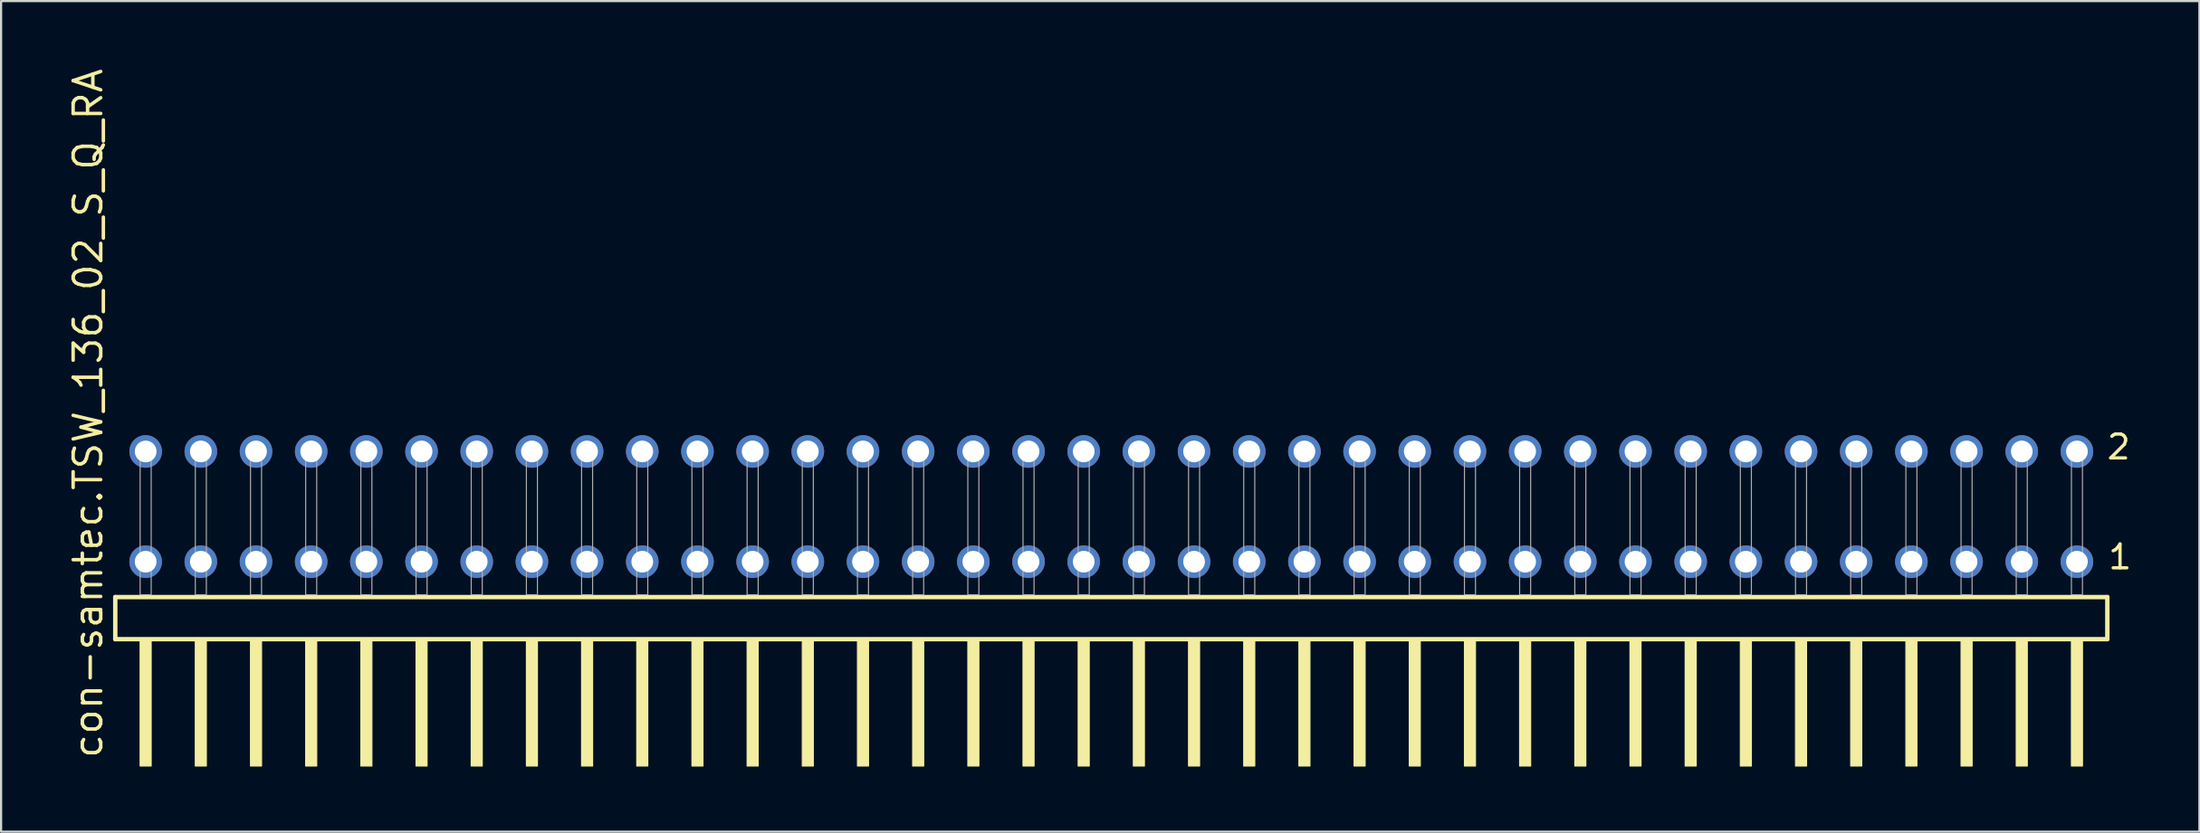
<source format=kicad_pcb>
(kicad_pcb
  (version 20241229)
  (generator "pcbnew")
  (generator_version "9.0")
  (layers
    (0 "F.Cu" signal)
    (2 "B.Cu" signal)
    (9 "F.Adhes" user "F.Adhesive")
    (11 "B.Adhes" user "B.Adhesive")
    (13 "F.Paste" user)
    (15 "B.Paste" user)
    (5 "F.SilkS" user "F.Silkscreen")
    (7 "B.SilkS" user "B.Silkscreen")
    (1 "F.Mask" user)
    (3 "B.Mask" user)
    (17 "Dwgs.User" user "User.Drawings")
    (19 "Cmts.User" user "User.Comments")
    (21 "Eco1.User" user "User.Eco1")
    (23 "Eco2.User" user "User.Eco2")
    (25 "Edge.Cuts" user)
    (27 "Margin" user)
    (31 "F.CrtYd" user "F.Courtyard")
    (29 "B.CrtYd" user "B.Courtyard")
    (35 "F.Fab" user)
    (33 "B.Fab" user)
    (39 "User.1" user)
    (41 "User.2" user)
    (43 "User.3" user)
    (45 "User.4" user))
  (footprint "con-samtec.TSW_136_02_S_Q_RA"
    (layer "F.Cu")
    (at 48.105 24.356)
    (property "Reference" "con-samtec.TSW_136_02_S_Q_RA" (at -46.355 7.62 90) (layer "F.SilkS") (effects (font (size 1.27 1.27) (thickness 0.16)) (justify left bottom)))
    (attr through_hole)
    (fp_line (start -45.849 0.106) (end -45.849 2.046) (stroke (width 0.203) (type default)) (layer "F.SilkS"))
    (fp_line (start -45.849 2.046) (end 45.849 2.046) (stroke (width 0.203) (type default)) (layer "F.SilkS"))
    (fp_line (start 45.849 0.106) (end -45.849 0.106) (stroke (width 0.203) (type default)) (layer "F.SilkS"))
    (fp_line (start 45.849 2.046) (end 45.849 0.106) (stroke (width 0.203) (type default)) (layer "F.SilkS"))
    (fp_rect (start -44.704 7.89) (end -44.196 2.04) (stroke (width 0.05) (type default)) (fill yes) (layer "F.SilkS"))
    (fp_rect (start -42.164 7.89) (end -41.656 2.04) (stroke (width 0.05) (type default)) (fill yes) (layer "F.SilkS"))
    (fp_rect (start -39.624 7.89) (end -39.116 2.04) (stroke (width 0.05) (type default)) (fill yes) (layer "F.SilkS"))
    (fp_rect (start -37.084 7.89) (end -36.576 2.04) (stroke (width 0.05) (type default)) (fill yes) (layer "F.SilkS"))
    (fp_rect (start -34.544 7.89) (end -34.036 2.04) (stroke (width 0.05) (type default)) (fill yes) (layer "F.SilkS"))
    (fp_rect (start -32.004 7.89) (end -31.496 2.04) (stroke (width 0.05) (type default)) (fill yes) (layer "F.SilkS"))
    (fp_rect (start -29.464 7.89) (end -28.956 2.04) (stroke (width 0.05) (type default)) (fill yes) (layer "F.SilkS"))
    (fp_rect (start -26.924 7.89) (end -26.416 2.04) (stroke (width 0.05) (type default)) (fill yes) (layer "F.SilkS"))
    (fp_rect (start -24.384 7.89) (end -23.876 2.04) (stroke (width 0.05) (type default)) (fill yes) (layer "F.SilkS"))
    (fp_rect (start -21.844 7.89) (end -21.336 2.04) (stroke (width 0.05) (type default)) (fill yes) (layer "F.SilkS"))
    (fp_rect (start -19.304 7.89) (end -18.796 2.04) (stroke (width 0.05) (type default)) (fill yes) (layer "F.SilkS"))
    (fp_rect (start -16.764 7.89) (end -16.256 2.04) (stroke (width 0.05) (type default)) (fill yes) (layer "F.SilkS"))
    (fp_rect (start -14.224 7.89) (end -13.716 2.04) (stroke (width 0.05) (type default)) (fill yes) (layer "F.SilkS"))
    (fp_rect (start -11.684 7.89) (end -11.176 2.04) (stroke (width 0.05) (type default)) (fill yes) (layer "F.SilkS"))
    (fp_rect (start -9.144 7.89) (end -8.636 2.04) (stroke (width 0.05) (type default)) (fill yes) (layer "F.SilkS"))
    (fp_rect (start -6.604 7.89) (end -6.096 2.04) (stroke (width 0.05) (type default)) (fill yes) (layer "F.SilkS"))
    (fp_rect (start -4.064 7.89) (end -3.556 2.04) (stroke (width 0.05) (type default)) (fill yes) (layer "F.SilkS"))
    (fp_rect (start -1.524 7.89) (end -1.016 2.04) (stroke (width 0.05) (type default)) (fill yes) (layer "F.SilkS"))
    (fp_rect (start 1.016 7.89) (end 1.524 2.04) (stroke (width 0.05) (type default)) (fill yes) (layer "F.SilkS"))
    (fp_rect (start 3.556 7.89) (end 4.064 2.04) (stroke (width 0.05) (type default)) (fill yes) (layer "F.SilkS"))
    (fp_rect (start 6.096 7.89) (end 6.604 2.04) (stroke (width 0.05) (type default)) (fill yes) (layer "F.SilkS"))
    (fp_rect (start 8.636 7.89) (end 9.144 2.04) (stroke (width 0.05) (type default)) (fill yes) (layer "F.SilkS"))
    (fp_rect (start 11.176 7.89) (end 11.684 2.04) (stroke (width 0.05) (type default)) (fill yes) (layer "F.SilkS"))
    (fp_rect (start 13.716 7.89) (end 14.224 2.04) (stroke (width 0.05) (type default)) (fill yes) (layer "F.SilkS"))
    (fp_rect (start 16.256 7.89) (end 16.764 2.04) (stroke (width 0.05) (type default)) (fill yes) (layer "F.SilkS"))
    (fp_rect (start 18.796 7.89) (end 19.304 2.04) (stroke (width 0.05) (type default)) (fill yes) (layer "F.SilkS"))
    (fp_rect (start 21.336 7.89) (end 21.844 2.04) (stroke (width 0.05) (type default)) (fill yes) (layer "F.SilkS"))
    (fp_rect (start 23.876 7.89) (end 24.384 2.04) (stroke (width 0.05) (type default)) (fill yes) (layer "F.SilkS"))
    (fp_rect (start 26.416 7.89) (end 26.924 2.04) (stroke (width 0.05) (type default)) (fill yes) (layer "F.SilkS"))
    (fp_rect (start 28.956 7.89) (end 29.464 2.04) (stroke (width 0.05) (type default)) (fill yes) (layer "F.SilkS"))
    (fp_rect (start 31.496 7.89) (end 32.004 2.04) (stroke (width 0.05) (type default)) (fill yes) (layer "F.SilkS"))
    (fp_rect (start 34.036 7.89) (end 34.544 2.04) (stroke (width 0.05) (type default)) (fill yes) (layer "F.SilkS"))
    (fp_rect (start 36.576 7.89) (end 37.084 2.04) (stroke (width 0.05) (type default)) (fill yes) (layer "F.SilkS"))
    (fp_rect (start 39.116 7.89) (end 39.624 2.04) (stroke (width 0.05) (type default)) (fill yes) (layer "F.SilkS"))
    (fp_rect (start 41.656 7.89) (end 42.164 2.04) (stroke (width 0.05) (type default)) (fill yes) (layer "F.SilkS"))
    (fp_rect (start 44.196 7.89) (end 44.704 2.04) (stroke (width 0.05) (type default)) (fill yes) (layer "F.SilkS"))
    (fp_rect (start -44.704 0) (end -44.196 -6.858) (stroke (width 0.05) (type default)) (fill no) (layer "F.Fab"))
    (fp_rect (start -42.164 0) (end -41.656 -6.858) (stroke (width 0.05) (type default)) (fill no) (layer "F.Fab"))
    (fp_rect (start -39.624 0) (end -39.116 -6.858) (stroke (width 0.05) (type default)) (fill no) (layer "F.Fab"))
    (fp_rect (start -37.084 0) (end -36.576 -6.858) (stroke (width 0.05) (type default)) (fill no) (layer "F.Fab"))
    (fp_rect (start -34.544 0) (end -34.036 -6.858) (stroke (width 0.05) (type default)) (fill no) (layer "F.Fab"))
    (fp_rect (start -32.004 0) (end -31.496 -6.858) (stroke (width 0.05) (type default)) (fill no) (layer "F.Fab"))
    (fp_rect (start -29.464 0) (end -28.956 -6.858) (stroke (width 0.05) (type default)) (fill no) (layer "F.Fab"))
    (fp_rect (start -26.924 0) (end -26.416 -6.858) (stroke (width 0.05) (type default)) (fill no) (layer "F.Fab"))
    (fp_rect (start -24.384 0) (end -23.876 -6.858) (stroke (width 0.05) (type default)) (fill no) (layer "F.Fab"))
    (fp_rect (start -21.844 0) (end -21.336 -6.858) (stroke (width 0.05) (type default)) (fill no) (layer "F.Fab"))
    (fp_rect (start -19.304 0) (end -18.796 -6.858) (stroke (width 0.05) (type default)) (fill no) (layer "F.Fab"))
    (fp_rect (start -16.764 0) (end -16.256 -6.858) (stroke (width 0.05) (type default)) (fill no) (layer "F.Fab"))
    (fp_rect (start -14.224 0) (end -13.716 -6.858) (stroke (width 0.05) (type default)) (fill no) (layer "F.Fab"))
    (fp_rect (start -11.684 0) (end -11.176 -6.858) (stroke (width 0.05) (type default)) (fill no) (layer "F.Fab"))
    (fp_rect (start -9.144 0) (end -8.636 -6.858) (stroke (width 0.05) (type default)) (fill no) (layer "F.Fab"))
    (fp_rect (start -6.604 0) (end -6.096 -6.858) (stroke (width 0.05) (type default)) (fill no) (layer "F.Fab"))
    (fp_rect (start -4.064 0) (end -3.556 -6.858) (stroke (width 0.05) (type default)) (fill no) (layer "F.Fab"))
    (fp_rect (start -1.524 0) (end -1.016 -6.858) (stroke (width 0.05) (type default)) (fill no) (layer "F.Fab"))
    (fp_rect (start 1.016 0) (end 1.524 -6.858) (stroke (width 0.05) (type default)) (fill no) (layer "F.Fab"))
    (fp_rect (start 3.556 0) (end 4.064 -6.858) (stroke (width 0.05) (type default)) (fill no) (layer "F.Fab"))
    (fp_rect (start 6.096 0) (end 6.604 -6.858) (stroke (width 0.05) (type default)) (fill no) (layer "F.Fab"))
    (fp_rect (start 8.636 0) (end 9.144 -6.858) (stroke (width 0.05) (type default)) (fill no) (layer "F.Fab"))
    (fp_rect (start 11.176 0) (end 11.684 -6.858) (stroke (width 0.05) (type default)) (fill no) (layer "F.Fab"))
    (fp_rect (start 13.716 0) (end 14.224 -6.858) (stroke (width 0.05) (type default)) (fill no) (layer "F.Fab"))
    (fp_rect (start 16.256 0) (end 16.764 -6.858) (stroke (width 0.05) (type default)) (fill no) (layer "F.Fab"))
    (fp_rect (start 18.796 0) (end 19.304 -6.858) (stroke (width 0.05) (type default)) (fill no) (layer "F.Fab"))
    (fp_rect (start 21.336 0) (end 21.844 -6.858) (stroke (width 0.05) (type default)) (fill no) (layer "F.Fab"))
    (fp_rect (start 23.876 0) (end 24.384 -6.858) (stroke (width 0.05) (type default)) (fill no) (layer "F.Fab"))
    (fp_rect (start 26.416 0) (end 26.924 -6.858) (stroke (width 0.05) (type default)) (fill no) (layer "F.Fab"))
    (fp_rect (start 28.956 0) (end 29.464 -6.858) (stroke (width 0.05) (type default)) (fill no) (layer "F.Fab"))
    (fp_rect (start 31.496 0) (end 32.004 -6.858) (stroke (width 0.05) (type default)) (fill no) (layer "F.Fab"))
    (fp_rect (start 34.036 0) (end 34.544 -6.858) (stroke (width 0.05) (type default)) (fill no) (layer "F.Fab"))
    (fp_rect (start 36.576 0) (end 37.084 -6.858) (stroke (width 0.05) (type default)) (fill no) (layer "F.Fab"))
    (fp_rect (start 39.116 0) (end 39.624 -6.858) (stroke (width 0.05) (type default)) (fill no) (layer "F.Fab"))
    (fp_rect (start 41.656 0) (end 42.164 -6.858) (stroke (width 0.05) (type default)) (fill no) (layer "F.Fab"))
    (fp_rect (start 44.196 0) (end 44.704 -6.858) (stroke (width 0.05) (type default)) (fill no) (layer "F.Fab"))
    (fp_text user "2" (at 45.75 -6.165 0) (layer "F.SilkS") (effects (font (size 1.1 1.1) (thickness 0.15)) (justify left bottom)))
    (fp_text user "1" (at 45.81 -1.1 0) (layer "F.SilkS") (effects (font (size 1.1 1.1) (thickness 0.15)) (justify left bottom)))
    (pad "1" thru_hole circle (at 44.45 -1.524 180) (size 1.5 1.5) (drill 1) (layers "*.Cu" "*.Mask"))
    (pad "2" thru_hole circle (at 44.45 -6.604 180) (size 1.5 1.5) (drill 1) (layers "*.Cu" "*.Mask"))
    (pad "3" thru_hole circle (at 41.91 -1.524 180) (size 1.5 1.5) (drill 1) (layers "*.Cu" "*.Mask"))
    (pad "4" thru_hole circle (at 41.91 -6.604 180) (size 1.5 1.5) (drill 1) (layers "*.Cu" "*.Mask"))
    (pad "5" thru_hole circle (at 39.37 -1.524 180) (size 1.5 1.5) (drill 1) (layers "*.Cu" "*.Mask"))
    (pad "6" thru_hole circle (at 39.37 -6.604 180) (size 1.5 1.5) (drill 1) (layers "*.Cu" "*.Mask"))
    (pad "7" thru_hole circle (at 36.83 -1.524 180) (size 1.5 1.5) (drill 1) (layers "*.Cu" "*.Mask"))
    (pad "8" thru_hole circle (at 36.83 -6.604 180) (size 1.5 1.5) (drill 1) (layers "*.Cu" "*.Mask"))
    (pad "9" thru_hole circle (at 34.29 -1.524 180) (size 1.5 1.5) (drill 1) (layers "*.Cu" "*.Mask"))
    (pad "10" thru_hole circle (at 34.29 -6.604 180) (size 1.5 1.5) (drill 1) (layers "*.Cu" "*.Mask"))
    (pad "11" thru_hole circle (at 31.75 -1.524 180) (size 1.5 1.5) (drill 1) (layers "*.Cu" "*.Mask"))
    (pad "12" thru_hole circle (at 31.75 -6.604 180) (size 1.5 1.5) (drill 1) (layers "*.Cu" "*.Mask"))
    (pad "13" thru_hole circle (at 29.21 -1.524 180) (size 1.5 1.5) (drill 1) (layers "*.Cu" "*.Mask"))
    (pad "14" thru_hole circle (at 29.21 -6.604 180) (size 1.5 1.5) (drill 1) (layers "*.Cu" "*.Mask"))
    (pad "15" thru_hole circle (at 26.67 -1.524 180) (size 1.5 1.5) (drill 1) (layers "*.Cu" "*.Mask"))
    (pad "16" thru_hole circle (at 26.67 -6.604 180) (size 1.5 1.5) (drill 1) (layers "*.Cu" "*.Mask"))
    (pad "17" thru_hole circle (at 24.13 -1.524 180) (size 1.5 1.5) (drill 1) (layers "*.Cu" "*.Mask"))
    (pad "18" thru_hole circle (at 24.13 -6.604 180) (size 1.5 1.5) (drill 1) (layers "*.Cu" "*.Mask"))
    (pad "19" thru_hole circle (at 21.59 -1.524 180) (size 1.5 1.5) (drill 1) (layers "*.Cu" "*.Mask"))
    (pad "20" thru_hole circle (at 21.59 -6.604 180) (size 1.5 1.5) (drill 1) (layers "*.Cu" "*.Mask"))
    (pad "21" thru_hole circle (at 19.05 -1.524 180) (size 1.5 1.5) (drill 1) (layers "*.Cu" "*.Mask"))
    (pad "22" thru_hole circle (at 19.05 -6.604 180) (size 1.5 1.5) (drill 1) (layers "*.Cu" "*.Mask"))
    (pad "23" thru_hole circle (at 16.51 -1.524 180) (size 1.5 1.5) (drill 1) (layers "*.Cu" "*.Mask"))
    (pad "24" thru_hole circle (at 16.51 -6.604 180) (size 1.5 1.5) (drill 1) (layers "*.Cu" "*.Mask"))
    (pad "25" thru_hole circle (at 13.97 -1.524 180) (size 1.5 1.5) (drill 1) (layers "*.Cu" "*.Mask"))
    (pad "26" thru_hole circle (at 13.97 -6.604 180) (size 1.5 1.5) (drill 1) (layers "*.Cu" "*.Mask"))
    (pad "27" thru_hole circle (at 11.43 -1.524 180) (size 1.5 1.5) (drill 1) (layers "*.Cu" "*.Mask"))
    (pad "28" thru_hole circle (at 11.43 -6.604 180) (size 1.5 1.5) (drill 1) (layers "*.Cu" "*.Mask"))
    (pad "29" thru_hole circle (at 8.89 -1.524 180) (size 1.5 1.5) (drill 1) (layers "*.Cu" "*.Mask"))
    (pad "30" thru_hole circle (at 8.89 -6.604 180) (size 1.5 1.5) (drill 1) (layers "*.Cu" "*.Mask"))
    (pad "31" thru_hole circle (at 6.35 -1.524 180) (size 1.5 1.5) (drill 1) (layers "*.Cu" "*.Mask"))
    (pad "32" thru_hole circle (at 6.35 -6.604 180) (size 1.5 1.5) (drill 1) (layers "*.Cu" "*.Mask"))
    (pad "33" thru_hole circle (at 3.81 -1.524 180) (size 1.5 1.5) (drill 1) (layers "*.Cu" "*.Mask"))
    (pad "34" thru_hole circle (at 3.81 -6.604 180) (size 1.5 1.5) (drill 1) (layers "*.Cu" "*.Mask"))
    (pad "35" thru_hole circle (at 1.27 -1.524 180) (size 1.5 1.5) (drill 1) (layers "*.Cu" "*.Mask"))
    (pad "36" thru_hole circle (at 1.27 -6.604 180) (size 1.5 1.5) (drill 1) (layers "*.Cu" "*.Mask"))
    (pad "37" thru_hole circle (at -1.27 -1.524 180) (size 1.5 1.5) (drill 1) (layers "*.Cu" "*.Mask"))
    (pad "38" thru_hole circle (at -1.27 -6.604 180) (size 1.5 1.5) (drill 1) (layers "*.Cu" "*.Mask"))
    (pad "39" thru_hole circle (at -3.81 -1.524 180) (size 1.5 1.5) (drill 1) (layers "*.Cu" "*.Mask"))
    (pad "40" thru_hole circle (at -3.81 -6.604 180) (size 1.5 1.5) (drill 1) (layers "*.Cu" "*.Mask"))
    (pad "41" thru_hole circle (at -6.35 -1.524 180) (size 1.5 1.5) (drill 1) (layers "*.Cu" "*.Mask"))
    (pad "42" thru_hole circle (at -6.35 -6.604 180) (size 1.5 1.5) (drill 1) (layers "*.Cu" "*.Mask"))
    (pad "43" thru_hole circle (at -8.89 -1.524 180) (size 1.5 1.5) (drill 1) (layers "*.Cu" "*.Mask"))
    (pad "44" thru_hole circle (at -8.89 -6.604 180) (size 1.5 1.5) (drill 1) (layers "*.Cu" "*.Mask"))
    (pad "45" thru_hole circle (at -11.43 -1.524 180) (size 1.5 1.5) (drill 1) (layers "*.Cu" "*.Mask"))
    (pad "46" thru_hole circle (at -11.43 -6.604 180) (size 1.5 1.5) (drill 1) (layers "*.Cu" "*.Mask"))
    (pad "47" thru_hole circle (at -13.97 -1.524 180) (size 1.5 1.5) (drill 1) (layers "*.Cu" "*.Mask"))
    (pad "48" thru_hole circle (at -13.97 -6.604 180) (size 1.5 1.5) (drill 1) (layers "*.Cu" "*.Mask"))
    (pad "49" thru_hole circle (at -16.51 -1.524 180) (size 1.5 1.5) (drill 1) (layers "*.Cu" "*.Mask"))
    (pad "50" thru_hole circle (at -16.51 -6.604 180) (size 1.5 1.5) (drill 1) (layers "*.Cu" "*.Mask"))
    (pad "51" thru_hole circle (at -19.05 -1.524 180) (size 1.5 1.5) (drill 1) (layers "*.Cu" "*.Mask"))
    (pad "52" thru_hole circle (at -19.05 -6.604 180) (size 1.5 1.5) (drill 1) (layers "*.Cu" "*.Mask"))
    (pad "53" thru_hole circle (at -21.59 -1.524 180) (size 1.5 1.5) (drill 1) (layers "*.Cu" "*.Mask"))
    (pad "54" thru_hole circle (at -21.59 -6.604 180) (size 1.5 1.5) (drill 1) (layers "*.Cu" "*.Mask"))
    (pad "55" thru_hole circle (at -24.13 -1.524 180) (size 1.5 1.5) (drill 1) (layers "*.Cu" "*.Mask"))
    (pad "56" thru_hole circle (at -24.13 -6.604 180) (size 1.5 1.5) (drill 1) (layers "*.Cu" "*.Mask"))
    (pad "57" thru_hole circle (at -26.67 -1.524 180) (size 1.5 1.5) (drill 1) (layers "*.Cu" "*.Mask"))
    (pad "58" thru_hole circle (at -26.67 -6.604 180) (size 1.5 1.5) (drill 1) (layers "*.Cu" "*.Mask"))
    (pad "59" thru_hole circle (at -29.21 -1.524 180) (size 1.5 1.5) (drill 1) (layers "*.Cu" "*.Mask"))
    (pad "60" thru_hole circle (at -29.21 -6.604 180) (size 1.5 1.5) (drill 1) (layers "*.Cu" "*.Mask"))
    (pad "61" thru_hole circle (at -31.75 -1.524 180) (size 1.5 1.5) (drill 1) (layers "*.Cu" "*.Mask"))
    (pad "62" thru_hole circle (at -31.75 -6.604 180) (size 1.5 1.5) (drill 1) (layers "*.Cu" "*.Mask"))
    (pad "63" thru_hole circle (at -34.29 -1.524 180) (size 1.5 1.5) (drill 1) (layers "*.Cu" "*.Mask"))
    (pad "64" thru_hole circle (at -34.29 -6.604 180) (size 1.5 1.5) (drill 1) (layers "*.Cu" "*.Mask"))
    (pad "65" thru_hole circle (at -36.83 -1.524 180) (size 1.5 1.5) (drill 1) (layers "*.Cu" "*.Mask"))
    (pad "66" thru_hole circle (at -36.83 -6.604 180) (size 1.5 1.5) (drill 1) (layers "*.Cu" "*.Mask"))
    (pad "67" thru_hole circle (at -39.37 -1.524 180) (size 1.5 1.5) (drill 1) (layers "*.Cu" "*.Mask"))
    (pad "68" thru_hole circle (at -39.37 -6.604 180) (size 1.5 1.5) (drill 1) (layers "*.Cu" "*.Mask"))
    (pad "69" thru_hole circle (at -41.91 -1.524 180) (size 1.5 1.5) (drill 1) (layers "*.Cu" "*.Mask"))
    (pad "70" thru_hole circle (at -41.91 -6.604 180) (size 1.5 1.5) (drill 1) (layers "*.Cu" "*.Mask"))
    (pad "71" thru_hole circle (at -44.45 -1.524 180) (size 1.5 1.5) (drill 1) (layers "*.Cu" "*.Mask"))
    (pad "72" thru_hole circle (at -44.45 -6.604 180) (size 1.5 1.5) (drill 1) (layers "*.Cu" "*.Mask")))
  (gr_rect
    (start -3 -3)
    (end 98.193 35.271)
    (stroke (width 0.1) (type default))
    (fill no)
    (layer "Edge.Cuts")))
</source>
